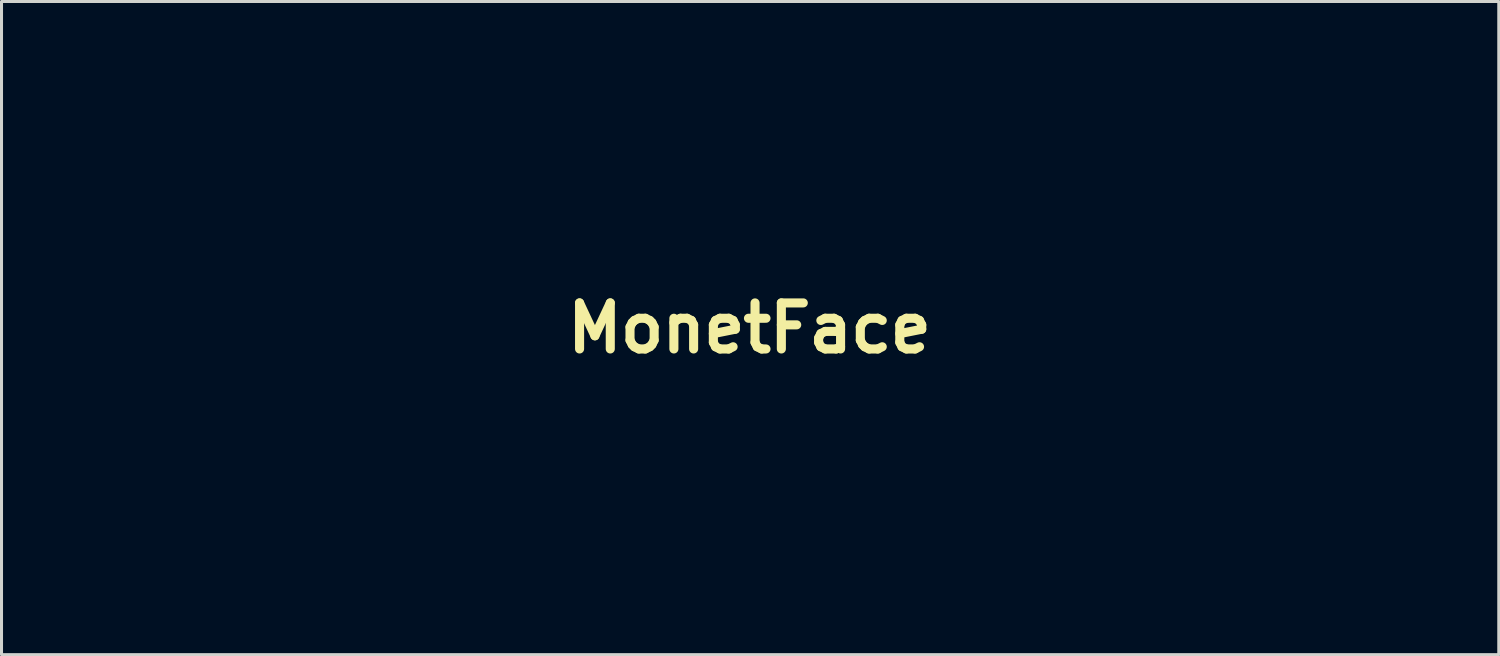
<source format=kicad_pcb>
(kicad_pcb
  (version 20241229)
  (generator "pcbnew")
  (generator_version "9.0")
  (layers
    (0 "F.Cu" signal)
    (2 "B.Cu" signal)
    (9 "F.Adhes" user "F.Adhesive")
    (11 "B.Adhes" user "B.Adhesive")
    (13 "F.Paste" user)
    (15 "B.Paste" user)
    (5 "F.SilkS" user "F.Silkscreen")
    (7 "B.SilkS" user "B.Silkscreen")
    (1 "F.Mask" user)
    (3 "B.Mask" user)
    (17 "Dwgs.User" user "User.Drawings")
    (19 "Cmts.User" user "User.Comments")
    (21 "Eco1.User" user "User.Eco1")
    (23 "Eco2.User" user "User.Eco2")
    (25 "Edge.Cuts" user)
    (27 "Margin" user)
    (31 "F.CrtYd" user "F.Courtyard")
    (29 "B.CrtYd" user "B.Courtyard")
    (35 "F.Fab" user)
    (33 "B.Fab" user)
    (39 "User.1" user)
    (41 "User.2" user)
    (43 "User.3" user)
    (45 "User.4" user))
  (footprint "MonetFace"
    (layer "F.Cu")
    (at 21.751 7.807)
    (property "Reference" "MonetFace" (at 0 0 0) (layer "F.SilkS") (effects (font (size 1.524 1.524) (thickness 0.3))))
    (attr through_hole)
    (fp_poly (pts (xy 3.996 -2.981) (xy -1.078 -2.981) (xy -1.078 -3.932) (xy -0.507 -3.932) (xy -0.507 -3.71) (xy 3.425 -3.71) (xy 3.425 -3.932) (xy -0.507 -3.932) (xy -1.078 -3.932) (xy -1.078 -4.661) (xy 3.996 -4.661) (xy 3.996 -2.981)) (stroke (width 0.01) (type solid)) (fill yes) (layer "F.Mask"))
    (fp_poly (pts (xy 21.785 -2.695) (xy 20.39 -2.695) (xy 20.39 2.791) (xy 17.948 2.791) (xy 17.948 -2.695) (xy 16.585 -2.695) (xy 16.585 -3.774) (xy 17.409 -3.774) (xy 17.409 -3.488) (xy 19.026 -3.488) (xy 19.026 1.934) (xy 19.343 1.934) (xy 19.343 -3.488) (xy 20.929 -3.488) (xy 20.929 -3.774) (xy 17.409 -3.774) (xy 16.585 -3.774) (xy 16.585 -4.63) (xy 21.785 -4.63) (xy 21.785 -2.695)) (stroke (width 0.01) (type solid)) (fill yes) (layer "F.Mask"))
    (fp_poly (pts (xy -14.718 -5.262) (xy -14.545 -5.213) (xy -14.379 -5.142) (xy -14.233 -5.058) (xy -14.116 -4.966) (xy -14.04 -4.875) (xy -14.016 -4.798) (xy -14.022 -4.753) (xy -14.046 -4.732) (xy -14.1 -4.737) (xy -14.194 -4.767) (xy -14.286 -4.802) (xy -14.422 -4.856) (xy -14.577 -4.919) (xy -14.682 -4.962) (xy -14.804 -5.01) (xy -14.903 -5.033) (xy -15.011 -5.038) (xy -15.117 -5.032) (xy -15.346 -5.015) (xy -15.295 -5.094) (xy -15.189 -5.198) (xy -15.044 -5.261) (xy -14.867 -5.279) (xy -14.718 -5.262)) (stroke (width 0.01) (type solid)) (fill yes) (layer "F.Mask"))
    (fp_poly (pts (xy 16.172 -2.695) (xy 14.175 -2.695) (xy 14.175 -1.839) (xy 16.141 -1.839) (xy 16.141 -0.032) (xy 14.175 -0.032) (xy 14.175 0.856) (xy 16.267 0.856) (xy 16.267 2.791) (xy 11.828 2.791) (xy 11.828 -3.774) (xy 12.906 -3.774) (xy 12.906 1.934) (xy 15.475 1.934) (xy 15.475 1.649) (xy 13.223 1.649) (xy 13.223 -0.793) (xy 15.348 -0.793) (xy 15.348 -1.078) (xy 13.223 -1.078) (xy 13.223 -3.488) (xy 15.475 -3.488) (xy 15.475 -3.774) (xy 12.906 -3.774) (xy 11.828 -3.774) (xy 11.828 -4.63) (xy 16.172 -4.63) (xy 16.172 -2.695)) (stroke (width 0.01) (type solid)) (fill yes) (layer "F.Mask"))
    (fp_poly (pts (xy -17.365 -5.683) (xy -17.115 -5.612) (xy -16.869 -5.505) (xy -16.647 -5.368) (xy -16.533 -5.275) (xy -16.465 -5.207) (xy -16.43 -5.163) (xy -16.435 -5.15) (xy -16.437 -5.151) (xy -16.73 -5.236) (xy -16.987 -5.294) (xy -17.228 -5.328) (xy -17.471 -5.341) (xy -17.52 -5.342) (xy -17.783 -5.333) (xy -18.004 -5.301) (xy -18.203 -5.24) (xy -18.398 -5.145) (xy -18.518 -5.072) (xy -18.627 -5.002) (xy -18.694 -4.963) (xy -18.729 -4.95) (xy -18.74 -4.957) (xy -18.741 -4.964) (xy -18.723 -5.021) (xy -18.676 -5.108) (xy -18.612 -5.207) (xy -18.543 -5.297) (xy -18.503 -5.341) (xy -18.309 -5.494) (xy -18.077 -5.612) (xy -17.825 -5.685) (xy -17.599 -5.708) (xy -17.365 -5.683)) (stroke (width 0.01) (type solid)) (fill yes) (layer "F.Mask"))
    (fp_poly (pts (xy -8.839 -7.357) (xy -8.633 -7.347) (xy -8.472 -7.314) (xy -8.344 -7.255) (xy -8.24 -7.17) (xy -8.139 -7.027) (xy -8.094 -6.864) (xy -8.106 -6.69) (xy -8.176 -6.515) (xy -8.198 -6.479) (xy -8.3 -6.38) (xy -8.456 -6.309) (xy -8.666 -6.265) (xy -8.791 -6.254) (xy -9.069 -6.238) (xy -9.069 -7.103) (xy -8.784 -7.103) (xy -8.784 -6.494) (xy -8.665 -6.515) (xy -8.568 -6.546) (xy -8.489 -6.593) (xy -8.483 -6.599) (xy -8.435 -6.675) (xy -8.419 -6.791) (xy -8.419 -6.805) (xy -8.427 -6.908) (xy -8.459 -6.977) (xy -8.508 -7.027) (xy -8.599 -7.081) (xy -8.69 -7.103) (xy -8.784 -7.103) (xy -9.069 -7.103) (xy -9.069 -7.357) (xy -8.839 -7.357)) (stroke (width 0.01) (type solid)) (fill yes) (layer "F.Mask"))
    (fp_poly (pts (xy -6.62 -7.351) (xy -6.449 -7.338) (xy -6.322 -7.316) (xy -6.222 -7.282) (xy -6.19 -7.266) (xy -6.05 -7.162) (xy -5.955 -7.025) (xy -5.907 -6.868) (xy -5.909 -6.704) (xy -5.963 -6.547) (xy -6.027 -6.456) (xy -6.14 -6.357) (xy -6.286 -6.287) (xy -6.475 -6.243) (xy -6.649 -6.224) (xy -6.913 -6.206) (xy -6.913 -6.493) (xy -6.627 -6.493) (xy -6.499 -6.513) (xy -6.4 -6.536) (xy -6.319 -6.566) (xy -6.308 -6.573) (xy -6.247 -6.644) (xy -6.211 -6.753) (xy -6.208 -6.88) (xy -6.21 -6.89) (xy -6.252 -6.98) (xy -6.34 -7.053) (xy -6.455 -7.096) (xy -6.524 -7.103) (xy -6.627 -7.103) (xy -6.627 -6.493) (xy -6.913 -6.493) (xy -6.913 -7.364) (xy -6.62 -7.351)) (stroke (width 0.01) (type solid)) (fill yes) (layer "F.Mask"))
    (fp_poly (pts (xy 5.635 -4.622) (xy 6.608 -4.614) (xy 7.619 -3.203) (xy 7.81 -2.938) (xy 7.989 -2.689) (xy 8.155 -2.46) (xy 8.303 -2.257) (xy 8.43 -2.084) (xy 8.532 -1.945) (xy 8.607 -1.846) (xy 8.65 -1.791) (xy 8.659 -1.781) (xy 8.666 -1.809) (xy 8.672 -1.897) (xy 8.678 -2.039) (xy 8.682 -2.232) (xy 8.685 -2.471) (xy 8.687 -2.752) (xy 8.689 -3.07) (xy 8.689 -3.2) (xy 8.689 -4.63) (xy 11.003 -4.63) (xy 11.003 2.791) (xy 9.044 2.791) (xy 6.992 -0.079) (xy 6.984 1.356) (xy 6.976 2.791) (xy 4.661 2.791) (xy 4.661 1.934) (xy 5.676 1.934) (xy 5.993 1.934) (xy 6.009 -3.178) (xy 7.832 -0.622) (xy 9.656 1.933) (xy 9.822 1.934) (xy 9.989 1.934) (xy 9.989 -3.774) (xy 9.672 -3.774) (xy 9.664 -1.209) (xy 9.656 1.356) (xy 7.832 -1.201) (xy 6.008 -3.758) (xy 5.842 -3.767) (xy 5.676 -3.777) (xy 5.676 1.934) (xy 4.661 1.934) (xy 4.661 -4.631) (xy 5.635 -4.622)) (stroke (width 0.01) (type solid)) (fill yes) (layer "F.Mask"))
    (fp_poly (pts (xy -3.647 -7.3) (xy -3.457 -7.199) (xy -3.291 -7.052) (xy -3.161 -6.865) (xy -3.111 -6.721) (xy -3.09 -6.545) (xy -3.098 -6.362) (xy -3.134 -6.198) (xy -3.163 -6.132) (xy -3.267 -5.984) (xy -3.409 -5.848) (xy -3.569 -5.742) (xy -3.689 -5.692) (xy -3.854 -5.655) (xy -4.002 -5.653) (xy -4.164 -5.686) (xy -4.198 -5.696) (xy -4.354 -5.772) (xy -4.504 -5.893) (xy -4.634 -6.043) (xy -4.725 -6.205) (xy -4.74 -6.244) (xy -4.781 -6.463) (xy -4.778 -6.504) (xy -4.455 -6.504) (xy -4.451 -6.379) (xy -4.436 -6.293) (xy -4.402 -6.223) (xy -4.37 -6.178) (xy -4.238 -6.054) (xy -4.079 -5.981) (xy -3.905 -5.963) (xy -3.729 -6.002) (xy -3.68 -6.024) (xy -3.54 -6.123) (xy -3.45 -6.253) (xy -3.405 -6.424) (xy -3.399 -6.483) (xy -3.397 -6.603) (xy -3.411 -6.687) (xy -3.447 -6.762) (xy -3.462 -6.785) (xy -3.585 -6.925) (xy -3.728 -7.008) (xy -3.902 -7.039) (xy -3.932 -7.04) (xy -4.069 -7.03) (xy -4.171 -6.996) (xy -4.218 -6.968) (xy -4.34 -6.87) (xy -4.413 -6.764) (xy -4.448 -6.633) (xy -4.455 -6.504) (xy -4.778 -6.504) (xy -4.764 -6.678) (xy -4.691 -6.88) (xy -4.567 -7.059) (xy -4.397 -7.207) (xy -4.265 -7.282) (xy -4.061 -7.345) (xy -3.852 -7.349) (xy -3.647 -7.3)) (stroke (width 0.01) (type solid)) (fill yes) (layer "F.Mask"))
    (fp_poly (pts (xy 4.725 -7.135) (xy 4.281 -7.135) (xy 4.281 -5.264) (xy 3.456 -5.264) (xy 3.456 -7.135) (xy 3.012 -7.135) (xy 3.012 -7.42) (xy 3.266 -7.42) (xy 3.271 -7.389) (xy 3.294 -7.371) (xy 3.349 -7.361) (xy 3.446 -7.357) (xy 3.536 -7.357) (xy 3.805 -7.357) (xy 3.805 -6.437) (xy 3.805 -6.172) (xy 3.806 -5.963) (xy 3.808 -5.804) (xy 3.811 -5.689) (xy 3.816 -5.609) (xy 3.824 -5.559) (xy 3.835 -5.532) (xy 3.849 -5.52) (xy 3.866 -5.518) (xy 3.869 -5.518) (xy 3.887 -5.519) (xy 3.901 -5.53) (xy 3.912 -5.555) (xy 3.92 -5.602) (xy 3.926 -5.678) (xy 3.929 -5.79) (xy 3.931 -5.943) (xy 3.932 -6.146) (xy 3.932 -6.405) (xy 3.932 -6.437) (xy 3.932 -7.357) (xy 4.202 -7.357) (xy 4.333 -7.358) (xy 4.413 -7.363) (xy 4.454 -7.376) (xy 4.469 -7.399) (xy 4.471 -7.42) (xy 4.469 -7.442) (xy 4.455 -7.458) (xy 4.423 -7.47) (xy 4.363 -7.477) (xy 4.267 -7.481) (xy 4.126 -7.483) (xy 3.933 -7.484) (xy 3.869 -7.484) (xy 3.659 -7.483) (xy 3.505 -7.482) (xy 3.398 -7.479) (xy 3.328 -7.472) (xy 3.289 -7.462) (xy 3.271 -7.447) (xy 3.266 -7.427) (xy 3.266 -7.42) (xy 3.012 -7.42) (xy 3.012 -7.769) (xy 4.725 -7.769) (xy 4.725 -7.135)) (stroke (width 0.01) (type solid)) (fill yes) (layer "F.Mask"))
    (fp_poly (pts (xy 0.507 -7.135) (xy -0.159 -7.135) (xy -0.159 -6.818) (xy 0.507 -6.818) (xy 0.507 -6.215) (xy -0.159 -6.215) (xy -0.159 -5.898) (xy 0.539 -5.898) (xy 0.539 -5.264) (xy -0.951 -5.264) (xy -0.951 -7.484) (xy -0.602 -7.484) (xy -0.602 -5.518) (xy -0.159 -5.518) (xy 0.017 -5.518) (xy 0.139 -5.52) (xy 0.217 -5.526) (xy 0.261 -5.536) (xy 0.281 -5.553) (xy 0.285 -5.576) (xy 0.285 -5.581) (xy 0.282 -5.608) (xy 0.263 -5.626) (xy 0.22 -5.637) (xy 0.142 -5.642) (xy 0.017 -5.644) (xy -0.095 -5.644) (xy -0.476 -5.644) (xy -0.476 -6.437) (xy -0.111 -6.437) (xy 0.046 -6.438) (xy 0.15 -6.441) (xy 0.212 -6.449) (xy 0.243 -6.463) (xy 0.253 -6.485) (xy 0.254 -6.501) (xy 0.25 -6.528) (xy 0.231 -6.546) (xy 0.187 -6.557) (xy 0.106 -6.562) (xy -0.022 -6.564) (xy -0.111 -6.564) (xy -0.476 -6.564) (xy -0.476 -7.357) (xy -0.095 -7.357) (xy 0.065 -7.357) (xy 0.173 -7.36) (xy 0.239 -7.368) (xy 0.272 -7.381) (xy 0.284 -7.402) (xy 0.285 -7.42) (xy 0.282 -7.445) (xy 0.266 -7.463) (xy 0.227 -7.474) (xy 0.155 -7.48) (xy 0.041 -7.483) (xy -0.126 -7.484) (xy -0.159 -7.484) (xy -0.602 -7.484) (xy -0.951 -7.484) (xy -0.951 -7.769) (xy 0.507 -7.769) (xy 0.507 -7.135)) (stroke (width 0.01) (type solid)) (fill yes) (layer "F.Mask"))
    (fp_poly (pts (xy -8.998 -7.76) (xy -8.743 -7.75) (xy -8.541 -7.734) (xy -8.379 -7.711) (xy -8.246 -7.677) (xy -8.131 -7.631) (xy -8.022 -7.57) (xy -7.97 -7.536) (xy -7.817 -7.394) (xy -7.707 -7.212) (xy -7.642 -7.001) (xy -7.625 -6.771) (xy -7.66 -6.532) (xy -7.67 -6.492) (xy -7.756 -6.306) (xy -7.895 -6.146) (xy -8.078 -6.018) (xy -8.299 -5.927) (xy -8.55 -5.879) (xy -8.556 -5.878) (xy -8.784 -5.857) (xy -8.784 -5.264) (xy -9.545 -5.264) (xy -9.545 -6.505) (xy -9.196 -6.505) (xy -9.196 -6.229) (xy -9.195 -6.01) (xy -9.194 -5.841) (xy -9.191 -5.716) (xy -9.186 -5.628) (xy -9.179 -5.571) (xy -9.17 -5.538) (xy -9.157 -5.522) (xy -9.141 -5.518) (xy -9.133 -5.518) (xy -9.103 -5.522) (xy -9.084 -5.544) (xy -9.074 -5.595) (xy -9.07 -5.686) (xy -9.069 -5.814) (xy -9.069 -6.111) (xy -8.792 -6.13) (xy -8.587 -6.149) (xy -8.431 -6.178) (xy -8.311 -6.218) (xy -8.213 -6.276) (xy -8.167 -6.314) (xy -8.056 -6.45) (xy -7.986 -6.621) (xy -7.96 -6.807) (xy -7.979 -6.994) (xy -8.045 -7.163) (xy -8.061 -7.191) (xy -8.148 -7.295) (xy -8.256 -7.372) (xy -8.395 -7.425) (xy -8.576 -7.459) (xy -8.809 -7.476) (xy -8.823 -7.477) (xy -9.196 -7.491) (xy -9.196 -6.505) (xy -9.545 -6.505) (xy -9.545 -7.778) (xy -8.998 -7.76)) (stroke (width 0.01) (type solid)) (fill yes) (layer "F.Mask"))
    (fp_poly (pts (xy 1.59 -1.588) (xy 1.793 -1.567) (xy 1.922 -1.539) (xy 2.221 -1.422) (xy 2.49 -1.253) (xy 2.724 -1.041) (xy 2.918 -0.792) (xy 3.065 -0.514) (xy 3.162 -0.214) (xy 3.202 0.102) (xy 3.202 0.155) (xy 3.171 0.465) (xy 3.082 0.763) (xy 2.94 1.042) (xy 2.753 1.294) (xy 2.524 1.511) (xy 2.261 1.684) (xy 2.044 1.781) (xy 1.877 1.825) (xy 1.672 1.853) (xy 1.452 1.864) (xy 1.24 1.857) (xy 1.059 1.832) (xy 1.018 1.822) (xy 0.737 1.713) (xy 0.473 1.552) (xy 0.236 1.347) (xy 0.035 1.109) (xy -0.121 0.846) (xy -0.218 0.586) (xy -0.271 0.268) (xy -0.268 0.139) (xy 0.397 0.139) (xy 0.397 0.143) (xy 0.408 0.357) (xy 0.448 0.532) (xy 0.523 0.686) (xy 0.641 0.841) (xy 0.67 0.873) (xy 0.865 1.04) (xy 1.09 1.154) (xy 1.333 1.213) (xy 1.587 1.215) (xy 1.843 1.156) (xy 1.843 1.156) (xy 2.061 1.047) (xy 2.251 0.887) (xy 2.402 0.689) (xy 2.495 0.49) (xy 2.527 0.334) (xy 2.536 0.147) (xy 2.522 -0.046) (xy 2.486 -0.221) (xy 2.449 -0.32) (xy 2.31 -0.541) (xy 2.131 -0.715) (xy 1.942 -0.831) (xy 1.827 -0.884) (xy 1.733 -0.915) (xy 1.635 -0.93) (xy 1.506 -0.934) (xy 1.459 -0.934) (xy 1.31 -0.93) (xy 1.2 -0.916) (xy 1.103 -0.887) (xy 1.01 -0.846) (xy 0.794 -0.709) (xy 0.613 -0.53) (xy 0.48 -0.32) (xy 0.479 -0.317) (xy 0.437 -0.218) (xy 0.412 -0.124) (xy 0.4 -0.012) (xy 0.397 0.139) (xy -0.268 0.139) (xy -0.265 -0.044) (xy -0.202 -0.345) (xy -0.085 -0.629) (xy 0.08 -0.89) (xy 0.292 -1.122) (xy 0.547 -1.318) (xy 0.841 -1.474) (xy 1.007 -1.536) (xy 1.173 -1.572) (xy 1.375 -1.59) (xy 1.59 -1.588)) (stroke (width 0.01) (type solid)) (fill yes) (layer "F.Mask"))
    (fp_poly (pts (xy -1.243 -6.699) (xy -1.246 -6.388) (xy -1.25 -6.133) (xy -1.256 -5.929) (xy -1.265 -5.769) (xy -1.28 -5.646) (xy -1.3 -5.554) (xy -1.328 -5.486) (xy -1.365 -5.435) (xy -1.412 -5.396) (xy -1.471 -5.362) (xy -1.522 -5.335) (xy -1.587 -5.306) (xy -1.653 -5.285) (xy -1.735 -5.273) (xy -1.846 -5.266) (xy -2.001 -5.264) (xy -2.084 -5.264) (xy -2.505 -5.264) (xy -2.505 -5.576) (xy -2.251 -5.576) (xy -2.248 -5.543) (xy -2.229 -5.525) (xy -2.183 -5.517) (xy -2.096 -5.52) (xy -1.99 -5.526) (xy -1.857 -5.538) (xy -1.77 -5.553) (xy -1.713 -5.576) (xy -1.669 -5.614) (xy -1.657 -5.628) (xy -1.636 -5.654) (xy -1.62 -5.682) (xy -1.607 -5.721) (xy -1.598 -5.777) (xy -1.592 -5.858) (xy -1.588 -5.972) (xy -1.586 -6.127) (xy -1.586 -6.329) (xy -1.586 -6.587) (xy -1.586 -6.598) (xy -1.586 -6.857) (xy -1.586 -7.061) (xy -1.588 -7.215) (xy -1.592 -7.326) (xy -1.597 -7.401) (xy -1.605 -7.448) (xy -1.617 -7.472) (xy -1.631 -7.482) (xy -1.649 -7.484) (xy -1.668 -7.482) (xy -1.682 -7.471) (xy -1.693 -7.445) (xy -1.701 -7.396) (xy -1.707 -7.318) (xy -1.71 -7.203) (xy -1.712 -7.045) (xy -1.712 -6.836) (xy -1.712 -6.613) (xy -1.712 -6.356) (xy -1.713 -6.155) (xy -1.715 -6.002) (xy -1.719 -5.891) (xy -1.725 -5.813) (xy -1.733 -5.762) (xy -1.746 -5.73) (xy -1.762 -5.71) (xy -1.783 -5.694) (xy -1.874 -5.66) (xy -2.017 -5.645) (xy -2.052 -5.644) (xy -2.161 -5.643) (xy -2.221 -5.634) (xy -2.246 -5.613) (xy -2.251 -5.576) (xy -2.505 -5.576) (xy -2.505 -5.835) (xy -2.317 -5.835) (xy -2.238 -5.835) (xy -2.175 -5.84) (xy -2.127 -5.857) (xy -2.09 -5.891) (xy -2.064 -5.949) (xy -2.047 -6.038) (xy -2.037 -6.163) (xy -2.031 -6.332) (xy -2.03 -6.55) (xy -2.029 -6.825) (xy -2.029 -6.872) (xy -2.029 -7.769) (xy -1.234 -7.769) (xy -1.243 -6.699)) (stroke (width 0.01) (type solid)) (fill yes) (layer "F.Mask"))
    (fp_poly (pts (xy -6.952 -7.769) (xy -6.639 -7.762) (xy -6.381 -7.742) (xy -6.173 -7.707) (xy -6.007 -7.658) (xy -5.976 -7.645) (xy -5.78 -7.526) (xy -5.624 -7.369) (xy -5.512 -7.183) (xy -5.446 -6.977) (xy -5.428 -6.763) (xy -5.459 -6.55) (xy -5.544 -6.347) (xy -5.644 -6.207) (xy -5.768 -6.067) (xy -5.547 -5.682) (xy -5.468 -5.542) (xy -5.401 -5.422) (xy -5.353 -5.333) (xy -5.329 -5.285) (xy -5.327 -5.28) (xy -5.357 -5.274) (xy -5.439 -5.269) (xy -5.562 -5.266) (xy -5.713 -5.264) (xy -5.77 -5.264) (xy -6.213 -5.264) (xy -6.396 -5.581) (xy -6.471 -5.706) (xy -6.535 -5.807) (xy -6.582 -5.875) (xy -6.604 -5.898) (xy -6.614 -5.868) (xy -6.622 -5.789) (xy -6.626 -5.673) (xy -6.627 -5.581) (xy -6.627 -5.264) (xy -7.389 -5.264) (xy -7.389 -6.504) (xy -7.04 -6.504) (xy -7.04 -6.228) (xy -7.039 -6.009) (xy -7.037 -5.841) (xy -7.034 -5.716) (xy -7.03 -5.628) (xy -7.023 -5.571) (xy -7.013 -5.538) (xy -7.001 -5.522) (xy -6.985 -5.518) (xy -6.976 -5.518) (xy -6.947 -5.522) (xy -6.928 -5.544) (xy -6.918 -5.594) (xy -6.914 -5.684) (xy -6.913 -5.82) (xy -6.913 -6.122) (xy -6.621 -6.113) (xy -6.33 -6.104) (xy -6.154 -5.811) (xy -6.069 -5.674) (xy -6.006 -5.585) (xy -5.957 -5.536) (xy -5.916 -5.518) (xy -5.906 -5.518) (xy -5.85 -5.525) (xy -5.835 -5.537) (xy -5.85 -5.57) (xy -5.892 -5.646) (xy -5.954 -5.753) (xy -6.023 -5.868) (xy -6.103 -6.003) (xy -6.154 -6.093) (xy -6.178 -6.148) (xy -6.179 -6.18) (xy -6.161 -6.196) (xy -6.146 -6.201) (xy -6.04 -6.26) (xy -5.934 -6.359) (xy -5.848 -6.478) (xy -5.803 -6.58) (xy -5.771 -6.794) (xy -5.797 -6.989) (xy -5.879 -7.159) (xy -6.015 -7.299) (xy -6.142 -7.377) (xy -6.233 -7.418) (xy -6.317 -7.446) (xy -6.412 -7.463) (xy -6.537 -7.473) (xy -6.683 -7.479) (xy -7.04 -7.49) (xy -7.04 -6.504) (xy -7.389 -6.504) (xy -7.389 -7.769) (xy -6.952 -7.769)) (stroke (width 0.01) (type solid)) (fill yes) (layer "F.Mask"))
    (fp_poly (pts (xy -3.777 -7.783) (xy -3.665 -7.776) (xy -3.577 -7.76) (xy -3.492 -7.731) (xy -3.39 -7.686) (xy -3.385 -7.684) (xy -3.142 -7.534) (xy -2.936 -7.337) (xy -2.776 -7.1) (xy -2.749 -7.047) (xy -2.703 -6.945) (xy -2.673 -6.86) (xy -2.657 -6.772) (xy -2.649 -6.661) (xy -2.648 -6.509) (xy -2.648 -6.501) (xy -2.649 -6.347) (xy -2.656 -6.236) (xy -2.671 -6.149) (xy -2.7 -6.067) (xy -2.745 -5.969) (xy -2.753 -5.953) (xy -2.907 -5.708) (xy -3.109 -5.5) (xy -3.35 -5.339) (xy -3.381 -5.323) (xy -3.497 -5.27) (xy -3.596 -5.238) (xy -3.705 -5.219) (xy -3.848 -5.21) (xy -3.881 -5.209) (xy -4.047 -5.207) (xy -4.172 -5.218) (xy -4.282 -5.242) (xy -4.344 -5.263) (xy -4.595 -5.386) (xy -4.817 -5.555) (xy -4.996 -5.761) (xy -5.002 -5.768) (xy -5.127 -5.985) (xy -5.201 -6.2) (xy -5.226 -6.418) (xy -4.911 -6.418) (xy -4.866 -6.199) (xy -4.771 -5.992) (xy -4.626 -5.806) (xy -4.504 -5.701) (xy -4.395 -5.633) (xy -4.278 -5.576) (xy -4.24 -5.562) (xy -4.077 -5.531) (xy -3.887 -5.529) (xy -3.695 -5.554) (xy -3.53 -5.603) (xy -3.512 -5.611) (xy -3.304 -5.744) (xy -3.14 -5.919) (xy -3.024 -6.129) (xy -2.963 -6.368) (xy -2.955 -6.453) (xy -2.971 -6.707) (xy -3.044 -6.937) (xy -3.172 -7.138) (xy -3.351 -7.304) (xy -3.461 -7.374) (xy -3.548 -7.419) (xy -3.624 -7.446) (xy -3.709 -7.461) (xy -3.824 -7.467) (xy -3.932 -7.468) (xy -4.079 -7.466) (xy -4.183 -7.458) (xy -4.263 -7.44) (xy -4.341 -7.407) (xy -4.403 -7.374) (xy -4.601 -7.232) (xy -4.75 -7.056) (xy -4.853 -6.855) (xy -4.906 -6.64) (xy -4.911 -6.418) (xy -5.226 -6.418) (xy -5.228 -6.436) (xy -5.226 -6.578) (xy -5.181 -6.86) (xy -5.079 -7.117) (xy -4.925 -7.345) (xy -4.722 -7.536) (xy -4.479 -7.684) (xy -4.376 -7.73) (xy -4.291 -7.759) (xy -4.203 -7.776) (xy -4.093 -7.783) (xy -3.94 -7.785) (xy -3.932 -7.785) (xy -3.777 -7.783)) (stroke (width 0.01) (type solid)) (fill yes) (layer "F.Mask"))
    (fp_poly (pts (xy 1.882 -2.476) (xy 2.261 -2.386) (xy 2.621 -2.242) (xy 2.955 -2.047) (xy 3.258 -1.806) (xy 3.526 -1.523) (xy 3.752 -1.201) (xy 3.931 -0.846) (xy 4.033 -0.553) (xy 4.073 -0.362) (xy 4.098 -0.131) (xy 4.108 0.119) (xy 4.104 0.368) (xy 4.084 0.597) (xy 4.049 0.785) (xy 4.047 0.793) (xy 3.91 1.173) (xy 3.712 1.544) (xy 3.458 1.898) (xy 3.296 2.065) (xy 3.087 2.234) (xy 2.847 2.394) (xy 2.592 2.536) (xy 2.337 2.649) (xy 2.14 2.715) (xy 1.983 2.746) (xy 1.782 2.767) (xy 1.559 2.778) (xy 1.332 2.779) (xy 1.122 2.769) (xy 0.947 2.748) (xy 0.909 2.741) (xy 0.522 2.623) (xy 0.162 2.45) (xy -0.166 2.228) (xy -0.458 1.959) (xy -0.709 1.649) (xy -0.914 1.303) (xy -1.069 0.925) (xy -1.112 0.777) (xy -1.16 0.523) (xy -1.182 0.237) (xy -1.18 0.115) (xy -0.503 0.115) (xy -0.497 0.285) (xy -0.442 0.636) (xy -0.331 0.959) (xy -0.163 1.254) (xy 0.062 1.52) (xy 0.064 1.522) (xy 0.342 1.755) (xy 0.644 1.931) (xy 0.967 2.048) (xy 1.306 2.105) (xy 1.656 2.101) (xy 1.993 2.041) (xy 2.283 1.935) (xy 2.558 1.774) (xy 2.809 1.569) (xy 3.028 1.329) (xy 3.206 1.061) (xy 3.334 0.776) (xy 3.376 0.631) (xy 3.407 0.439) (xy 3.422 0.217) (xy 3.419 -0.013) (xy 3.4 -0.225) (xy 3.374 -0.36) (xy 3.272 -0.643) (xy 3.119 -0.918) (xy 2.924 -1.173) (xy 2.698 -1.395) (xy 2.451 -1.571) (xy 2.341 -1.63) (xy 2.013 -1.754) (xy 1.679 -1.819) (xy 1.346 -1.827) (xy 1.021 -1.78) (xy 0.71 -1.68) (xy 0.419 -1.53) (xy 0.156 -1.332) (xy -0.074 -1.087) (xy -0.263 -0.799) (xy -0.293 -0.741) (xy -0.413 -0.455) (xy -0.482 -0.177) (xy -0.503 0.115) (xy -1.18 0.115) (xy -1.177 -0.057) (xy -1.146 -0.335) (xy -1.113 -0.492) (xy -0.977 -0.886) (xy -0.788 -1.249) (xy -0.551 -1.575) (xy -0.269 -1.861) (xy 0.055 -2.102) (xy 0.417 -2.295) (xy 0.465 -2.315) (xy 0.759 -2.418) (xy 1.056 -2.48) (xy 1.38 -2.506) (xy 1.487 -2.507) (xy 1.882 -2.476)) (stroke (width 0.01) (type solid)) (fill yes) (layer "F.Mask"))
    (fp_poly (pts (xy 2.256 -7.793) (xy 2.436 -7.768) (xy 2.505 -7.751) (xy 2.61 -7.715) (xy 2.726 -7.669) (xy 2.835 -7.622) (xy 2.916 -7.581) (xy 2.942 -7.563) (xy 2.931 -7.535) (xy 2.895 -7.466) (xy 2.842 -7.368) (xy 2.78 -7.255) (xy 2.716 -7.14) (xy 2.657 -7.037) (xy 2.611 -6.959) (xy 2.585 -6.919) (xy 2.584 -6.918) (xy 2.55 -6.922) (xy 2.481 -6.948) (xy 2.451 -6.962) (xy 2.291 -7.015) (xy 2.114 -7.035) (xy 1.944 -7.022) (xy 1.816 -6.981) (xy 1.676 -6.877) (xy 1.581 -6.741) (xy 1.535 -6.585) (xy 1.538 -6.422) (xy 1.591 -6.263) (xy 1.697 -6.122) (xy 1.711 -6.109) (xy 1.867 -6.009) (xy 2.049 -5.965) (xy 2.251 -5.977) (xy 2.471 -6.047) (xy 2.604 -6.112) (xy 2.625 -6.09) (xy 2.668 -6.026) (xy 2.727 -5.932) (xy 2.794 -5.821) (xy 2.86 -5.708) (xy 2.918 -5.604) (xy 2.961 -5.522) (xy 2.98 -5.477) (xy 2.981 -5.474) (xy 2.953 -5.447) (xy 2.882 -5.405) (xy 2.781 -5.357) (xy 2.665 -5.308) (xy 2.551 -5.265) (xy 2.507 -5.252) (xy 2.31 -5.214) (xy 2.083 -5.203) (xy 1.853 -5.219) (xy 1.647 -5.26) (xy 1.628 -5.266) (xy 1.377 -5.378) (xy 1.158 -5.542) (xy 0.978 -5.751) (xy 0.869 -5.943) (xy 0.78 -6.211) (xy 0.748 -6.489) (xy 0.749 -6.498) (xy 1.095 -6.498) (xy 1.098 -6.36) (xy 1.114 -6.256) (xy 1.149 -6.156) (xy 1.205 -6.039) (xy 1.339 -5.84) (xy 1.51 -5.688) (xy 1.726 -5.581) (xy 1.771 -5.565) (xy 1.904 -5.539) (xy 2.065 -5.529) (xy 2.232 -5.535) (xy 2.384 -5.557) (xy 2.497 -5.593) (xy 2.5 -5.594) (xy 2.574 -5.638) (xy 2.596 -5.676) (xy 2.578 -5.726) (xy 2.572 -5.735) (xy 2.544 -5.758) (xy 2.495 -5.747) (xy 2.438 -5.719) (xy 2.329 -5.683) (xy 2.182 -5.665) (xy 2.02 -5.664) (xy 1.865 -5.68) (xy 1.741 -5.714) (xy 1.74 -5.715) (xy 1.588 -5.806) (xy 1.443 -5.936) (xy 1.329 -6.084) (xy 1.299 -6.138) (xy 1.239 -6.329) (xy 1.228 -6.541) (xy 1.264 -6.755) (xy 1.344 -6.955) (xy 1.408 -7.055) (xy 1.536 -7.175) (xy 1.706 -7.269) (xy 1.901 -7.33) (xy 2.104 -7.354) (xy 2.296 -7.337) (xy 2.37 -7.316) (xy 2.458 -7.29) (xy 2.509 -7.289) (xy 2.539 -7.312) (xy 2.561 -7.36) (xy 2.532 -7.399) (xy 2.448 -7.434) (xy 2.396 -7.448) (xy 2.195 -7.479) (xy 1.983 -7.478) (xy 1.787 -7.447) (xy 1.714 -7.424) (xy 1.506 -7.319) (xy 1.343 -7.175) (xy 1.214 -6.983) (xy 1.199 -6.952) (xy 1.142 -6.828) (xy 1.111 -6.724) (xy 1.097 -6.611) (xy 1.095 -6.498) (xy 0.749 -6.498) (xy 0.772 -6.766) (xy 0.852 -7.032) (xy 0.984 -7.276) (xy 1.076 -7.395) (xy 1.213 -7.519) (xy 1.389 -7.634) (xy 1.582 -7.726) (xy 1.707 -7.768) (xy 1.865 -7.794) (xy 2.057 -7.802) (xy 2.256 -7.793)) (stroke (width 0.01) (type solid)) (fill yes) (layer "F.Mask"))
    (fp_poly (pts (xy -8.571 -4.622) (xy -7.597 -4.614) (xy -6.638 -3.203) (xy -6.457 -2.936) (xy -6.285 -2.686) (xy -6.127 -2.456) (xy -5.986 -2.252) (xy -5.866 -2.079) (xy -5.77 -1.942) (xy -5.7 -1.845) (xy -5.661 -1.793) (xy -5.654 -1.786) (xy -5.632 -1.81) (xy -5.578 -1.882) (xy -5.496 -1.997) (xy -5.388 -2.151) (xy -5.258 -2.338) (xy -5.109 -2.554) (xy -4.945 -2.794) (xy -4.769 -3.053) (xy -4.673 -3.196) (xy -3.718 -4.614) (xy -2.731 -4.622) (xy -1.744 -4.631) (xy -1.744 2.791) (xy -4.122 2.791) (xy -4.122 1.452) (xy -4.123 1.122) (xy -4.123 0.85) (xy -4.125 0.631) (xy -4.128 0.461) (xy -4.131 0.334) (xy -4.136 0.245) (xy -4.143 0.189) (xy -4.151 0.161) (xy -4.161 0.156) (xy -4.166 0.16) (xy -4.193 0.196) (xy -4.252 0.278) (xy -4.338 0.401) (xy -4.446 0.559) (xy -4.574 0.745) (xy -4.716 0.953) (xy -4.869 1.178) (xy -4.898 1.221) (xy -5.052 1.448) (xy -5.196 1.659) (xy -5.326 1.849) (xy -5.438 2.011) (xy -5.527 2.14) (xy -5.59 2.229) (xy -5.622 2.273) (xy -5.625 2.276) (xy -5.641 2.276) (xy -5.671 2.253) (xy -5.716 2.203) (xy -5.78 2.121) (xy -5.866 2.005) (xy -5.977 1.849) (xy -6.115 1.651) (xy -6.283 1.405) (xy -6.407 1.223) (xy -6.567 0.989) (xy -6.716 0.772) (xy -6.851 0.578) (xy -6.967 0.411) (xy -7.061 0.278) (xy -7.129 0.184) (xy -7.168 0.135) (xy -7.174 0.128) (xy -7.18 0.159) (xy -7.184 0.246) (xy -7.188 0.383) (xy -7.192 0.565) (xy -7.195 0.783) (xy -7.197 1.032) (xy -7.198 1.306) (xy -7.198 1.459) (xy -7.198 2.791) (xy -9.545 2.791) (xy -9.545 -3.777) (xy -8.467 -3.777) (xy -8.467 1.934) (xy -8.15 1.934) (xy -8.142 -0.606) (xy -8.134 -3.147) (xy -6.901 -1.352) (xy -6.694 -1.05) (xy -6.497 -0.765) (xy -6.313 -0.5) (xy -6.146 -0.259) (xy -5.998 -0.046) (xy -5.872 0.133) (xy -5.771 0.276) (xy -5.699 0.377) (xy -5.657 0.433) (xy -5.648 0.443) (xy -5.627 0.417) (xy -5.574 0.343) (xy -5.491 0.225) (xy -5.381 0.068) (xy -5.247 -0.126) (xy -5.092 -0.35) (xy -4.92 -0.601) (xy -4.732 -0.875) (xy -4.532 -1.167) (xy -4.408 -1.35) (xy -3.187 -3.14) (xy -3.171 1.934) (xy -2.854 1.934) (xy -2.854 -3.777) (xy -3.017 -3.767) (xy -3.181 -3.758) (xy -4.405 -1.952) (xy -4.61 -1.65) (xy -4.806 -1.363) (xy -4.988 -1.097) (xy -5.155 -0.855) (xy -5.303 -0.641) (xy -5.428 -0.461) (xy -5.529 -0.318) (xy -5.603 -0.217) (xy -5.645 -0.161) (xy -5.655 -0.151) (xy -5.677 -0.177) (xy -5.732 -0.252) (xy -5.816 -0.37) (xy -5.927 -0.528) (xy -6.061 -0.722) (xy -6.217 -0.947) (xy -6.39 -1.199) (xy -6.578 -1.473) (xy -6.778 -1.766) (xy -6.908 -1.956) (xy -8.134 -3.758) (xy -8.3 -3.767) (xy -8.467 -3.777) (xy -9.545 -3.777) (xy -9.545 -4.631) (xy -8.571 -4.622)) (stroke (width 0.01) (type solid)) (fill yes) (layer "F.Mask"))
    (fp_poly (pts (xy -20.416 -4.228) (xy -20.351 -4.172) (xy -20.268 -4.092) (xy -20.246 -4.069) (xy -20.079 -3.863) (xy -19.93 -3.601) (xy -19.797 -3.28) (xy -19.679 -2.899) (xy -19.675 -2.886) (xy -19.586 -2.556) (xy -19.508 -2.283) (xy -19.437 -2.059) (xy -19.37 -1.878) (xy -19.306 -1.733) (xy -19.24 -1.619) (xy -19.17 -1.528) (xy -19.093 -1.456) (xy -19.006 -1.394) (xy -18.979 -1.378) (xy -18.838 -1.295) (xy -18.528 -1.608) (xy -18.264 -1.856) (xy -18.014 -2.049) (xy -17.77 -2.189) (xy -17.524 -2.281) (xy -17.266 -2.328) (xy -16.988 -2.334) (xy -16.8 -2.319) (xy -16.602 -2.288) (xy -16.46 -2.247) (xy -16.368 -2.193) (xy -16.318 -2.123) (xy -16.311 -2.1) (xy -16.27 -1.992) (xy -16.211 -1.941) (xy -16.13 -1.947) (xy -16.026 -2.009) (xy -15.947 -2.077) (xy -15.842 -2.165) (xy -15.759 -2.21) (xy -15.696 -2.22) (xy -15.627 -2.215) (xy -15.562 -2.196) (xy -15.492 -2.155) (xy -15.405 -2.088) (xy -15.291 -1.986) (xy -15.189 -1.889) (xy -15.019 -1.735) (xy -14.878 -1.626) (xy -14.758 -1.558) (xy -14.65 -1.526) (xy -14.592 -1.522) (xy -14.478 -1.533) (xy -14.415 -1.569) (xy -14.397 -1.632) (xy -14.386 -1.688) (xy -14.359 -1.79) (xy -14.319 -1.923) (xy -14.272 -2.064) (xy -14.217 -2.232) (xy -14.167 -2.404) (xy -14.129 -2.557) (xy -14.11 -2.648) (xy -14.084 -2.809) (xy -14.065 -2.916) (xy -14.048 -2.974) (xy -14.027 -2.992) (xy -13.997 -2.976) (xy -13.952 -2.933) (xy -13.919 -2.899) (xy -13.847 -2.823) (xy -13.788 -2.743) (xy -13.737 -2.648) (xy -13.69 -2.528) (xy -13.642 -2.374) (xy -13.591 -2.174) (xy -13.545 -1.982) (xy -13.435 -1.558) (xy -13.304 -1.163) (xy -13.227 -0.962) (xy -13.077 -0.567) (xy -12.961 -0.2) (xy -12.876 0.154) (xy -12.818 0.514) (xy -12.784 0.898) (xy -12.77 1.321) (xy -12.769 1.411) (xy -12.771 1.678) (xy -12.779 1.928) (xy -12.795 2.168) (xy -12.82 2.406) (xy -12.856 2.649) (xy -12.903 2.906) (xy -12.965 3.183) (xy -13.041 3.487) (xy -13.134 3.828) (xy -13.244 4.212) (xy -13.374 4.646) (xy -13.403 4.741) (xy -13.525 5.137) (xy -13.633 5.478) (xy -13.731 5.773) (xy -13.82 6.028) (xy -13.904 6.25) (xy -13.985 6.447) (xy -14.065 6.626) (xy -14.127 6.754) (xy -14.309 7.084) (xy -14.492 7.35) (xy -14.677 7.555) (xy -14.866 7.697) (xy -15.058 7.778) (xy -15.255 7.798) (xy -15.457 7.758) (xy -15.582 7.705) (xy -15.711 7.634) (xy -15.84 7.549) (xy -15.974 7.447) (xy -16.116 7.324) (xy -16.27 7.175) (xy -16.44 6.996) (xy -16.63 6.784) (xy -16.845 6.534) (xy -17.087 6.242) (xy -17.361 5.905) (xy -17.468 5.772) (xy -17.749 5.427) (xy -18.031 5.09) (xy -18.305 4.773) (xy -18.56 4.486) (xy -18.788 4.24) (xy -18.788 4.239) (xy -19.169 3.839) (xy -19.509 3.481) (xy -19.81 3.16) (xy -20.075 2.875) (xy -20.307 2.621) (xy -20.51 2.396) (xy -20.685 2.195) (xy -20.836 2.015) (xy -20.966 1.853) (xy -21.078 1.706) (xy -21.175 1.569) (xy -21.258 1.44) (xy -21.333 1.316) (xy -21.4 1.191) (xy -21.449 1.094) (xy -21.562 0.839) (xy -21.644 0.59) (xy -21.7 0.328) (xy -21.733 0.034) (xy -21.745 -0.18) (xy -21.746 -0.514) (xy -21.746 -0.516) (xy -17.536 -0.516) (xy -17.522 -0.506) (xy -17.456 -0.508) (xy -17.349 -0.521) (xy -17.209 -0.543) (xy -17.048 -0.572) (xy -16.875 -0.607) (xy -16.711 -0.644) (xy -16.317 -0.717) (xy -15.953 -0.745) (xy -15.624 -0.727) (xy -15.372 -0.674) (xy -15.267 -0.646) (xy -15.19 -0.63) (xy -15.158 -0.63) (xy -15.158 -0.631) (xy -15.185 -0.65) (xy -15.258 -0.683) (xy -15.36 -0.722) (xy -15.372 -0.726) (xy -15.519 -0.781) (xy -15.677 -0.845) (xy -15.781 -0.889) (xy -15.91 -0.958) (xy -16.039 -1.046) (xy -16.154 -1.141) (xy -16.241 -1.232) (xy -16.284 -1.303) (xy -16.31 -1.359) (xy -16.329 -1.357) (xy -16.34 -1.305) (xy -16.339 -1.208) (xy -16.338 -1.196) (xy -16.339 -1.081) (xy -16.368 -0.984) (xy -16.43 -0.901) (xy -16.53 -0.828) (xy -16.675 -0.761) (xy -16.87 -0.696) (xy -17.121 -0.629) (xy -17.187 -0.613) (xy -17.324 -0.579) (xy -17.437 -0.548) (xy -17.512 -0.526) (xy -17.536 -0.516) (xy -21.746 -0.516) (xy -21.722 -0.844) (xy -21.673 -1.18) (xy -21.594 -1.53) (xy -21.486 -1.904) (xy -21.345 -2.311) (xy -21.169 -2.759) (xy -21.107 -2.906) (xy -21.031 -3.077) (xy -20.947 -3.263) (xy -20.857 -3.455) (xy -20.767 -3.644) (xy -20.68 -3.821) (xy -20.602 -3.979) (xy -20.535 -4.108) (xy -20.484 -4.2) (xy -20.453 -4.246) (xy -20.448 -4.249) (xy -20.416 -4.228)) (stroke (width 0.01) (type solid)) (fill yes) (layer "F.Mask")))
  (gr_rect
    (start -3 -3)
    (end 46.541 18.611)
    (stroke (width 0.1) (type default))
    (fill no)
    (layer "Edge.Cuts")))
</source>
